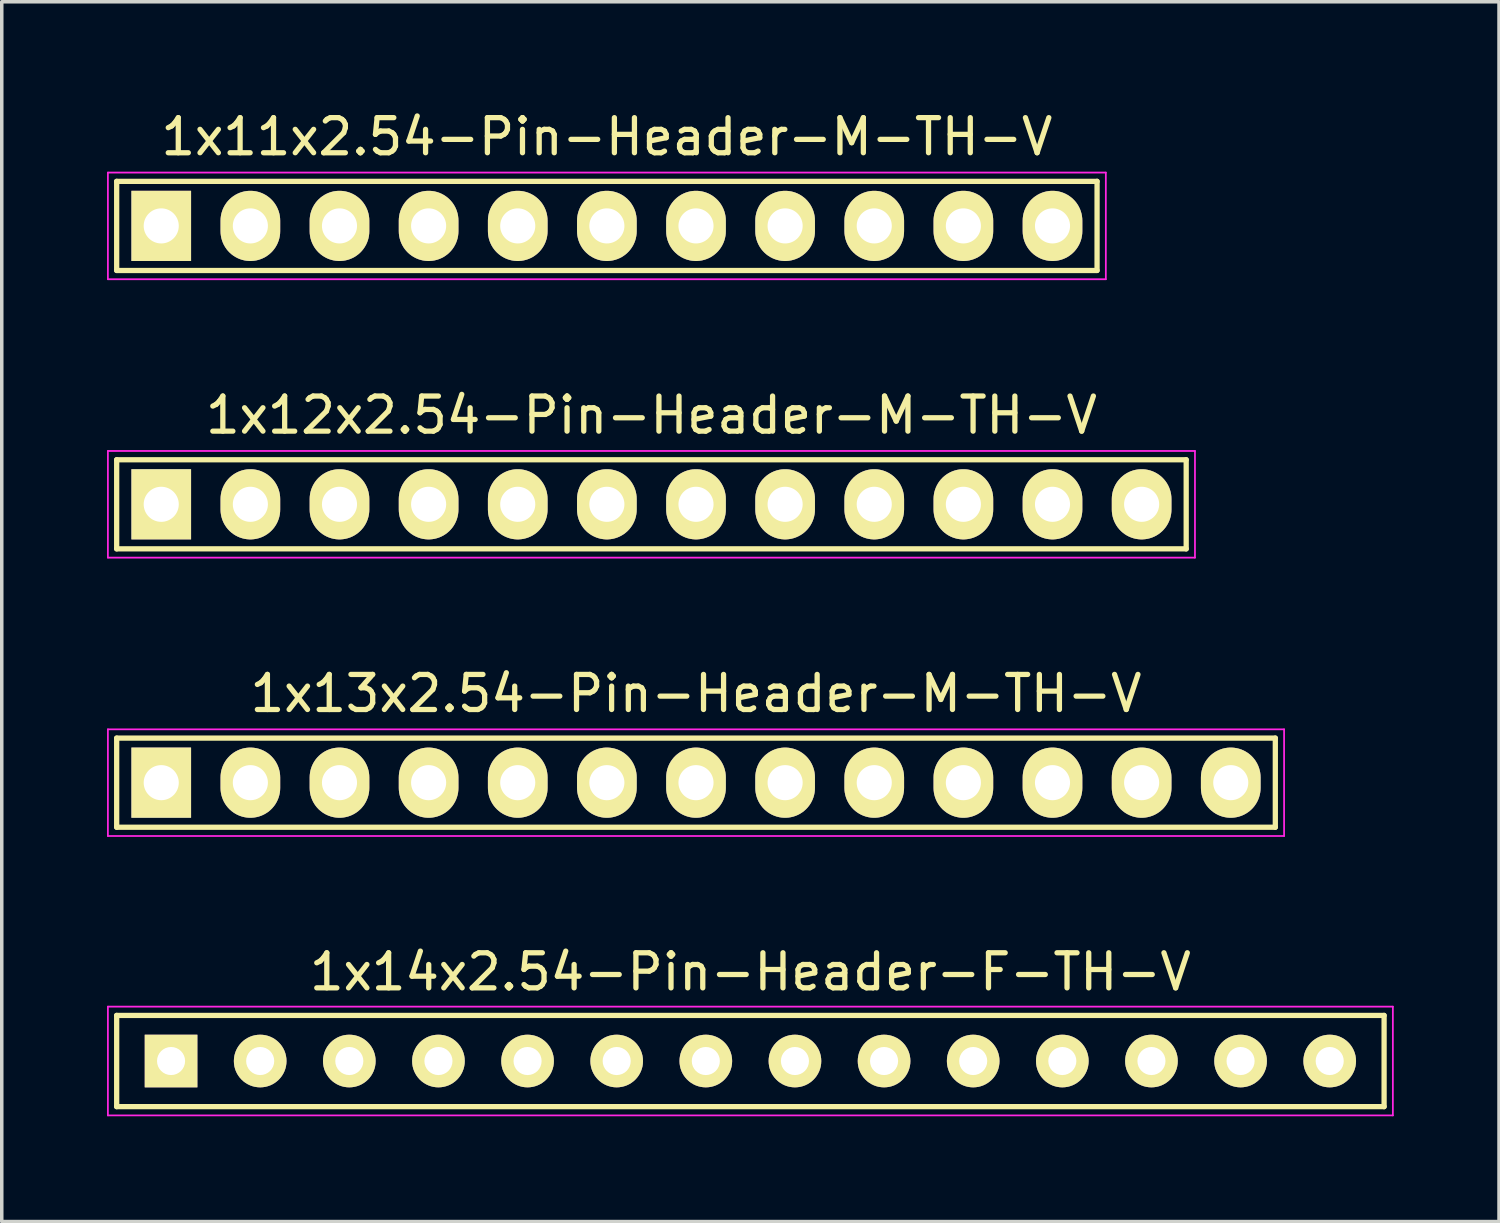
<source format=kicad_pcb>
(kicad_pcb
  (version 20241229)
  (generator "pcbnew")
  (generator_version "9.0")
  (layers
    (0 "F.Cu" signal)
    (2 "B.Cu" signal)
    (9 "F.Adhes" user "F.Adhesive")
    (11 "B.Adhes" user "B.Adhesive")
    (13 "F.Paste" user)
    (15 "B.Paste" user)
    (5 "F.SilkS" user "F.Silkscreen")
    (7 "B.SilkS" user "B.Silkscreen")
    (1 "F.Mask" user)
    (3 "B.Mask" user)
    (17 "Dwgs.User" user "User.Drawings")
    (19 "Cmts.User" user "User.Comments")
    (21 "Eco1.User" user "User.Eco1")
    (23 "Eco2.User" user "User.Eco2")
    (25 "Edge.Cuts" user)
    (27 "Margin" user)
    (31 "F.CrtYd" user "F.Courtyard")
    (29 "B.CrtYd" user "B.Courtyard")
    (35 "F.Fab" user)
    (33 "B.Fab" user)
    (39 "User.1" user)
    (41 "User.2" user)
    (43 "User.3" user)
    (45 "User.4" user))
  (footprint "1x14x2.54-Pin-Header-F-TH-V"
    (layer "F.Cu")
    (at 18.335 27.188)
    (property "Reference" "1x14x2.54-Pin-Header-F-TH-V" (at 0 -2.54 0) (layer "F.SilkS") (effects (font (size 1 1) (thickness 0.15))))
    (attr through_hole)
    (fp_line (start -18.06 -1.3) (end 18.06 -1.3) (stroke (width 0.15) (type solid)) (layer "F.SilkS"))
    (fp_line (start -18.06 1.3) (end -18.06 -1.3) (stroke (width 0.15) (type solid)) (layer "F.SilkS"))
    (fp_line (start 18.06 -1.3) (end 18.06 1.3) (stroke (width 0.15) (type solid)) (layer "F.SilkS"))
    (fp_line (start 18.06 1.3) (end -18.06 1.3) (stroke (width 0.15) (type solid)) (layer "F.SilkS"))
    (fp_line (start -18.31 -1.55) (end 18.31 -1.55) (stroke (width 0.05) (type solid)) (layer "F.CrtYd"))
    (fp_line (start -18.31 1.55) (end -18.31 -1.55) (stroke (width 0.05) (type solid)) (layer "F.CrtYd"))
    (fp_line (start 18.31 -1.55) (end 18.31 1.55) (stroke (width 0.05) (type solid)) (layer "F.CrtYd"))
    (fp_line (start 18.31 1.55) (end -18.31 1.55) (stroke (width 0.05) (type solid)) (layer "F.CrtYd"))
    (pad "1" thru_hole rect (at -16.51 0) (size 1.5 1.5) (drill 0.8) (layers "*.Cu" "*.Mask" "F.SilkS"))
    (pad "2" thru_hole circle (at -13.97 0) (size 1.5 1.5) (drill 0.8) (layers "*.Cu" "*.Mask" "F.SilkS"))
    (pad "3" thru_hole circle (at -11.43 0) (size 1.5 1.5) (drill 0.8) (layers "*.Cu" "*.Mask" "F.SilkS"))
    (pad "4" thru_hole circle (at -8.89 0) (size 1.5 1.5) (drill 0.8) (layers "*.Cu" "*.Mask" "F.SilkS"))
    (pad "5" thru_hole circle (at -6.35 0) (size 1.5 1.5) (drill 0.8) (layers "*.Cu" "*.Mask" "F.SilkS"))
    (pad "6" thru_hole circle (at -3.81 0) (size 1.5 1.5) (drill 0.8) (layers "*.Cu" "*.Mask" "F.SilkS"))
    (pad "7" thru_hole circle (at -1.27 0) (size 1.5 1.5) (drill 0.8) (layers "*.Cu" "*.Mask" "F.SilkS"))
    (pad "8" thru_hole circle (at 1.27 0) (size 1.5 1.5) (drill 0.8) (layers "*.Cu" "*.Mask" "F.SilkS"))
    (pad "9" thru_hole circle (at 3.81 0) (size 1.5 1.5) (drill 0.8) (layers "*.Cu" "*.Mask" "F.SilkS"))
    (pad "10" thru_hole circle (at 6.35 0) (size 1.5 1.5) (drill 0.8) (layers "*.Cu" "*.Mask" "F.SilkS"))
    (pad "11" thru_hole circle (at 8.89 0) (size 1.5 1.5) (drill 0.8) (layers "*.Cu" "*.Mask" "F.SilkS"))
    (pad "12" thru_hole circle (at 11.43 0) (size 1.5 1.5) (drill 0.8) (layers "*.Cu" "*.Mask" "F.SilkS"))
    (pad "13" thru_hole circle (at 13.97 0) (size 1.5 1.5) (drill 0.8) (layers "*.Cu" "*.Mask" "F.SilkS"))
    (pad "14" thru_hole circle (at 16.51 0) (size 1.5 1.5) (drill 0.8) (layers "*.Cu" "*.Mask" "F.SilkS")))
  (footprint "1x13x2.54-Pin-Header-M-TH-V"
    (layer "F.Cu")
    (at 16.785 19.255)
    (property "Reference" "1x13x2.54-Pin-Header-M-TH-V" (at 0 -2.54 0) (layer "F.SilkS") (effects (font (size 1 1) (thickness 0.15))))
    (attr through_hole)
    (fp_line (start -16.51 -1.27) (end 16.51 -1.27) (stroke (width 0.15) (type solid)) (layer "F.SilkS"))
    (fp_line (start -16.51 1.27) (end -16.51 -1.27) (stroke (width 0.15) (type solid)) (layer "F.SilkS"))
    (fp_line (start 16.51 -1.27) (end 16.51 1.27) (stroke (width 0.15) (type solid)) (layer "F.SilkS"))
    (fp_line (start 16.51 1.27) (end -16.51 1.27) (stroke (width 0.15) (type solid)) (layer "F.SilkS"))
    (fp_line (start -16.76 -1.52) (end 16.76 -1.52) (stroke (width 0.05) (type solid)) (layer "F.CrtYd"))
    (fp_line (start -16.76 1.52) (end -16.76 -1.52) (stroke (width 0.05) (type solid)) (layer "F.CrtYd"))
    (fp_line (start 16.76 -1.52) (end 16.76 1.52) (stroke (width 0.05) (type solid)) (layer "F.CrtYd"))
    (fp_line (start 16.76 1.52) (end -16.76 1.52) (stroke (width 0.05) (type solid)) (layer "F.CrtYd"))
    (pad "1" thru_hole rect (at -15.24 0) (size 1.7 2) (drill 1) (layers "*.Cu" "*.Mask" "F.SilkS"))
    (pad "2" thru_hole oval (at -12.7 0) (size 1.7 2) (drill 1) (layers "*.Cu" "*.Mask" "F.SilkS"))
    (pad "3" thru_hole oval (at -10.16 0) (size 1.7 2) (drill 1) (layers "*.Cu" "*.Mask" "F.SilkS"))
    (pad "4" thru_hole oval (at -7.62 0) (size 1.7 2) (drill 1) (layers "*.Cu" "*.Mask" "F.SilkS"))
    (pad "5" thru_hole oval (at -5.08 0) (size 1.7 2) (drill 1) (layers "*.Cu" "*.Mask" "F.SilkS"))
    (pad "6" thru_hole oval (at -2.54 0) (size 1.7 2) (drill 1) (layers "*.Cu" "*.Mask" "F.SilkS"))
    (pad "7" thru_hole oval (at 0 0) (size 1.7 2) (drill 1) (layers "*.Cu" "*.Mask" "F.SilkS"))
    (pad "8" thru_hole oval (at 2.54 0) (size 1.7 2) (drill 1) (layers "*.Cu" "*.Mask" "F.SilkS"))
    (pad "9" thru_hole oval (at 5.08 0) (size 1.7 2) (drill 1) (layers "*.Cu" "*.Mask" "F.SilkS"))
    (pad "10" thru_hole oval (at 7.62 0) (size 1.7 2) (drill 1) (layers "*.Cu" "*.Mask" "F.SilkS"))
    (pad "11" thru_hole oval (at 10.16 0) (size 1.7 2) (drill 1) (layers "*.Cu" "*.Mask" "F.SilkS"))
    (pad "12" thru_hole oval (at 12.7 0) (size 1.7 2) (drill 1) (layers "*.Cu" "*.Mask" "F.SilkS"))
    (pad "13" thru_hole oval (at 15.24 0) (size 1.7 2) (drill 1) (layers "*.Cu" "*.Mask" "F.SilkS")))
  (footprint "1x11x2.54-Pin-Header-M-TH-V"
    (layer "F.Cu")
    (at 14.245 3.388)
    (property "Reference" "1x11x2.54-Pin-Header-M-TH-V" (at 0 -2.54 0) (layer "F.SilkS") (effects (font (size 1 1) (thickness 0.15))))
    (attr through_hole)
    (fp_line (start -13.97 -1.27) (end 13.97 -1.27) (stroke (width 0.15) (type solid)) (layer "F.SilkS"))
    (fp_line (start -13.97 1.27) (end -13.97 -1.27) (stroke (width 0.15) (type solid)) (layer "F.SilkS"))
    (fp_line (start 13.97 -1.27) (end 13.97 1.27) (stroke (width 0.15) (type solid)) (layer "F.SilkS"))
    (fp_line (start 13.97 1.27) (end -13.97 1.27) (stroke (width 0.15) (type solid)) (layer "F.SilkS"))
    (fp_line (start -14.22 -1.52) (end 14.22 -1.52) (stroke (width 0.05) (type solid)) (layer "F.CrtYd"))
    (fp_line (start -14.22 1.52) (end -14.22 -1.52) (stroke (width 0.05) (type solid)) (layer "F.CrtYd"))
    (fp_line (start 14.22 -1.52) (end 14.22 1.52) (stroke (width 0.05) (type solid)) (layer "F.CrtYd"))
    (fp_line (start 14.22 1.52) (end -14.22 1.52) (stroke (width 0.05) (type solid)) (layer "F.CrtYd"))
    (pad "1" thru_hole rect (at -12.7 0) (size 1.7 2) (drill 1) (layers "*.Cu" "*.Mask" "F.SilkS"))
    (pad "2" thru_hole oval (at -10.16 0) (size 1.7 2) (drill 1) (layers "*.Cu" "*.Mask" "F.SilkS"))
    (pad "3" thru_hole oval (at -7.62 0) (size 1.7 2) (drill 1) (layers "*.Cu" "*.Mask" "F.SilkS"))
    (pad "4" thru_hole oval (at -5.08 0) (size 1.7 2) (drill 1) (layers "*.Cu" "*.Mask" "F.SilkS"))
    (pad "5" thru_hole oval (at -2.54 0) (size 1.7 2) (drill 1) (layers "*.Cu" "*.Mask" "F.SilkS"))
    (pad "6" thru_hole oval (at 0 0) (size 1.7 2) (drill 1) (layers "*.Cu" "*.Mask" "F.SilkS"))
    (pad "7" thru_hole oval (at 2.54 0) (size 1.7 2) (drill 1) (layers "*.Cu" "*.Mask" "F.SilkS"))
    (pad "8" thru_hole oval (at 5.08 0) (size 1.7 2) (drill 1) (layers "*.Cu" "*.Mask" "F.SilkS"))
    (pad "9" thru_hole oval (at 7.62 0) (size 1.7 2) (drill 1) (layers "*.Cu" "*.Mask" "F.SilkS"))
    (pad "10" thru_hole oval (at 10.16 0) (size 1.7 2) (drill 1) (layers "*.Cu" "*.Mask" "F.SilkS"))
    (pad "11" thru_hole oval (at 12.7 0) (size 1.7 2) (drill 1) (layers "*.Cu" "*.Mask" "F.SilkS")))
  (footprint "1x12x2.54-Pin-Header-M-TH-V"
    (layer "F.Cu")
    (at 15.515 11.322)
    (property "Reference" "1x12x2.54-Pin-Header-M-TH-V" (at 0 -2.54 0) (layer "F.SilkS") (effects (font (size 1 1) (thickness 0.15))))
    (attr through_hole)
    (fp_line (start -15.24 -1.27) (end 15.24 -1.27) (stroke (width 0.15) (type solid)) (layer "F.SilkS"))
    (fp_line (start -15.24 1.27) (end -15.24 -1.27) (stroke (width 0.15) (type solid)) (layer "F.SilkS"))
    (fp_line (start 15.24 -1.27) (end 15.24 1.27) (stroke (width 0.15) (type solid)) (layer "F.SilkS"))
    (fp_line (start 15.24 1.27) (end -15.24 1.27) (stroke (width 0.15) (type solid)) (layer "F.SilkS"))
    (fp_line (start -15.49 -1.52) (end 15.49 -1.52) (stroke (width 0.05) (type solid)) (layer "F.CrtYd"))
    (fp_line (start -15.49 1.52) (end -15.49 -1.52) (stroke (width 0.05) (type solid)) (layer "F.CrtYd"))
    (fp_line (start 15.49 -1.52) (end 15.49 1.52) (stroke (width 0.05) (type solid)) (layer "F.CrtYd"))
    (fp_line (start 15.49 1.52) (end -15.49 1.52) (stroke (width 0.05) (type solid)) (layer "F.CrtYd"))
    (pad "1" thru_hole rect (at -13.97 0) (size 1.7 2) (drill 1) (layers "*.Cu" "*.Mask" "F.SilkS"))
    (pad "2" thru_hole oval (at -11.43 0) (size 1.7 2) (drill 1) (layers "*.Cu" "*.Mask" "F.SilkS"))
    (pad "3" thru_hole oval (at -8.89 0) (size 1.7 2) (drill 1) (layers "*.Cu" "*.Mask" "F.SilkS"))
    (pad "4" thru_hole oval (at -6.35 0) (size 1.7 2) (drill 1) (layers "*.Cu" "*.Mask" "F.SilkS"))
    (pad "5" thru_hole oval (at -3.81 0) (size 1.7 2) (drill 1) (layers "*.Cu" "*.Mask" "F.SilkS"))
    (pad "6" thru_hole oval (at -1.27 0) (size 1.7 2) (drill 1) (layers "*.Cu" "*.Mask" "F.SilkS"))
    (pad "7" thru_hole oval (at 1.27 0) (size 1.7 2) (drill 1) (layers "*.Cu" "*.Mask" "F.SilkS"))
    (pad "8" thru_hole oval (at 3.81 0) (size 1.7 2) (drill 1) (layers "*.Cu" "*.Mask" "F.SilkS"))
    (pad "9" thru_hole oval (at 6.35 0) (size 1.7 2) (drill 1) (layers "*.Cu" "*.Mask" "F.SilkS"))
    (pad "10" thru_hole oval (at 8.89 0) (size 1.7 2) (drill 1) (layers "*.Cu" "*.Mask" "F.SilkS"))
    (pad "11" thru_hole oval (at 11.43 0) (size 1.7 2) (drill 1) (layers "*.Cu" "*.Mask" "F.SilkS"))
    (pad "12" thru_hole oval (at 13.97 0) (size 1.7 2) (drill 1) (layers "*.Cu" "*.Mask" "F.SilkS")))
  (gr_rect
    (start -3 -3)
    (end 39.67 31.763)
    (stroke (width 0.1) (type default))
    (fill no)
    (layer "Edge.Cuts")))
</source>
